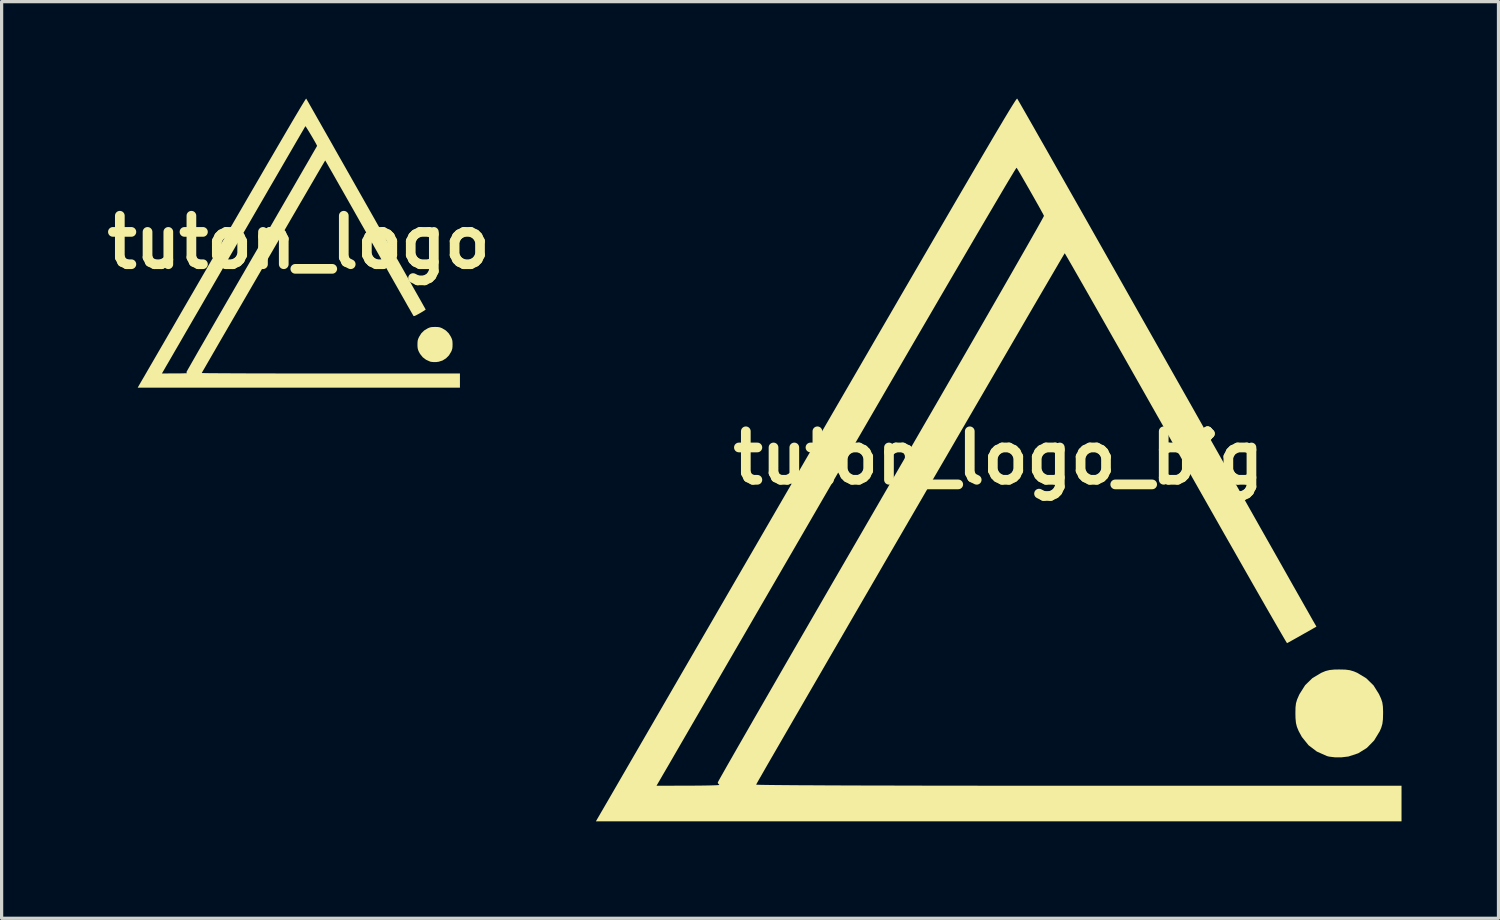
<source format=kicad_pcb>
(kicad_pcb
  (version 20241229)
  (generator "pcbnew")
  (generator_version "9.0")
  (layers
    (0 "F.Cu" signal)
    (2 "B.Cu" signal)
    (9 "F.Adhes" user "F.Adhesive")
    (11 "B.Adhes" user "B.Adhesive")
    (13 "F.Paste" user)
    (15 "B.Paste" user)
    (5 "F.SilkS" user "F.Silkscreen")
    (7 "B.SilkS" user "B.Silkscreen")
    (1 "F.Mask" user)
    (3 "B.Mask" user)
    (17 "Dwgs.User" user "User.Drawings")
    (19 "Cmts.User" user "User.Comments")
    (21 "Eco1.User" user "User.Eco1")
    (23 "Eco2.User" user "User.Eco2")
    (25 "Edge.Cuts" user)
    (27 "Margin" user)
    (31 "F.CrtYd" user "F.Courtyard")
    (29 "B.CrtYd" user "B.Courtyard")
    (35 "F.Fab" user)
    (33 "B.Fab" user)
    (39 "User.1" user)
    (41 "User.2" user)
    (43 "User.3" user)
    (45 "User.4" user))
  (footprint "tuton_logo"
    (layer "F.Cu")
    (at 6.193 4.446)
    (property "Reference" "tuton_logo" (at 0 0 0) (layer "F.SilkS") (effects (font (size 1.5 1.5) (thickness 0.3))))
    (attr board_only exclude_from_pos_files exclude_from_bom)
    (fp_poly (pts (xy 4.29 2.62) (xy 4.346 2.627) (xy 4.395 2.642) (xy 4.437 2.66) (xy 4.55 2.728) (xy 4.639 2.816) (xy 4.706 2.923) (xy 4.732 2.979) (xy 4.748 3.026) (xy 4.755 3.076) (xy 4.758 3.142) (xy 4.758 3.161) (xy 4.756 3.236) (xy 4.749 3.292) (xy 4.734 3.341) (xy 4.716 3.383) (xy 4.647 3.498) (xy 4.557 3.589) (xy 4.45 3.656) (xy 4.329 3.695) (xy 4.242 3.706) (xy 4.16 3.705) (xy 4.089 3.697) (xy 4.062 3.69) (xy 3.938 3.634) (xy 3.835 3.556) (xy 3.753 3.454) (xy 3.713 3.382) (xy 3.692 3.33) (xy 3.679 3.28) (xy 3.673 3.221) (xy 3.672 3.161) (xy 3.674 3.09) (xy 3.68 3.037) (xy 3.693 2.991) (xy 3.717 2.937) (xy 3.724 2.923) (xy 3.793 2.813) (xy 3.883 2.726) (xy 3.993 2.66) (xy 4.046 2.638) (xy 4.095 2.625) (xy 4.154 2.62) (xy 4.215 2.619)) (stroke (width 0) (type solid)) (fill yes) (layer "F.SilkS"))
    (fp_poly (pts (xy 0.238 -4.431) (xy 0.262 -4.391) (xy 0.299 -4.326) (xy 0.349 -4.238) (xy 0.412 -4.128) (xy 0.486 -3.998) (xy 0.57 -3.849) (xy 0.665 -3.683) (xy 0.768 -3.501) (xy 0.88 -3.304) (xy 0.999 -3.095) (xy 1.124 -2.873) (xy 1.255 -2.642) (xy 1.392 -2.401) (xy 1.532 -2.154) (xy 1.676 -1.9) (xy 1.822 -1.642) (xy 1.97 -1.381) (xy 2.119 -1.118) (xy 2.268 -0.855) (xy 2.416 -0.593) (xy 2.562 -0.334) (xy 2.707 -0.079) (xy 2.848 0.17) (xy 2.985 0.413) (xy 3.118 0.647) (xy 3.245 0.871) (xy 3.365 1.084) (xy 3.478 1.285) (xy 3.583 1.471) (xy 3.68 1.642) (xy 3.767 1.795) (xy 3.843 1.931) (xy 3.908 2.046) (xy 3.926 2.079) (xy 3.916 2.09) (xy 3.882 2.113) (xy 3.831 2.145) (xy 3.766 2.183) (xy 3.748 2.194) (xy 3.671 2.236) (xy 3.618 2.264) (xy 3.582 2.279) (xy 3.56 2.282) (xy 3.548 2.277) (xy 3.547 2.275) (xy 3.538 2.259) (xy 3.514 2.217) (xy 3.476 2.151) (xy 3.425 2.061) (xy 3.361 1.95) (xy 3.287 1.818) (xy 3.201 1.667) (xy 3.106 1.499) (xy 3.001 1.314) (xy 2.888 1.115) (xy 2.768 0.903) (xy 2.641 0.678) (xy 2.508 0.443) (xy 2.37 0.199) (xy 2.228 -0.053) (xy 2.178 -0.14) (xy 2.035 -0.394) (xy 1.895 -0.64) (xy 1.761 -0.877) (xy 1.632 -1.105) (xy 1.51 -1.32) (xy 1.395 -1.523) (xy 1.288 -1.711) (xy 1.19 -1.883) (xy 1.102 -2.038) (xy 1.024 -2.175) (xy 0.957 -2.291) (xy 0.903 -2.386) (xy 0.861 -2.459) (xy 0.833 -2.507) (xy 0.819 -2.53) (xy 0.818 -2.532) (xy 0.81 -2.519) (xy 0.786 -2.479) (xy 0.749 -2.416) (xy 0.698 -2.33) (xy 0.635 -2.222) (xy 0.56 -2.094) (xy 0.475 -1.947) (xy 0.379 -1.783) (xy 0.275 -1.604) (xy 0.162 -1.41) (xy 0.041 -1.203) (xy -0.086 -0.984) (xy -0.219 -0.756) (xy -0.356 -0.519) (xy -0.498 -0.275) (xy -0.644 -0.025) (xy -0.792 0.23) (xy -0.941 0.487) (xy -1.091 0.746) (xy -1.242 1.005) (xy -1.391 1.262) (xy -1.539 1.517) (xy -1.684 1.767) (xy -1.826 2.012) (xy -1.964 2.25) (xy -2.097 2.479) (xy -2.224 2.698) (xy -2.345 2.906) (xy -2.458 3.101) (xy -2.562 3.282) (xy -2.658 3.447) (xy -2.743 3.595) (xy -2.818 3.724) (xy -2.881 3.834) (xy -2.932 3.922) (xy -2.97 3.987) (xy -2.993 4.028) (xy -3.001 4.044) (xy -2.986 4.045) (xy -2.941 4.046) (xy -2.866 4.048) (xy -2.763 4.049) (xy -2.632 4.05) (xy -2.474 4.051) (xy -2.292 4.052) (xy -2.085 4.053) (xy -1.854 4.054) (xy -1.601 4.055) (xy -1.327 4.055) (xy -1.032 4.056) (xy -0.718 4.057) (xy -0.385 4.057) (xy -0.035 4.057) (xy 0.331 4.058) (xy 0.713 4.058) (xy 0.99 4.058) (xy 4.986 4.058) (xy 4.986 4.278) (xy 4.986 4.498) (xy 0.001 4.498) (xy -4.984 4.498) (xy -4.84 4.248) (xy -4.82 4.215) (xy -4.785 4.155) (xy -4.736 4.07) (xy -4.729 4.058) (xy -4.234 4.058) (xy -3.835 4.056) (xy -3.728 4.056) (xy -3.634 4.055) (xy -3.555 4.053) (xy -3.497 4.051) (xy -3.463 4.049) (xy -3.456 4.047) (xy -3.474 4.027) (xy -3.476 4.017) (xy -3.468 4.002) (xy -3.445 3.96) (xy -3.408 3.894) (xy -3.356 3.804) (xy -3.292 3.691) (xy -3.215 3.557) (xy -3.127 3.402) (xy -3.027 3.229) (xy -2.916 3.037) (xy -2.796 2.828) (xy -2.667 2.604) (xy -2.529 2.365) (xy -2.383 2.113) (xy -2.23 1.848) (xy -2.07 1.573) (xy -1.905 1.287) (xy -1.734 0.992) (xy -1.559 0.69) (xy -1.455 0.51) (xy -1.277 0.204) (xy -1.104 -0.095) (xy -0.935 -0.385) (xy -0.772 -0.667) (xy -0.616 -0.937) (xy -0.466 -1.196) (xy -0.323 -1.443) (xy -0.188 -1.675) (xy -0.063 -1.892) (xy 0.053 -2.093) (xy 0.159 -2.276) (xy 0.255 -2.441) (xy 0.339 -2.586) (xy 0.41 -2.711) (xy 0.469 -2.813) (xy 0.515 -2.892) (xy 0.547 -2.947) (xy 0.563 -2.977) (xy 0.566 -2.982) (xy 0.559 -3.001) (xy 0.538 -3.041) (xy 0.507 -3.098) (xy 0.468 -3.166) (xy 0.424 -3.242) (xy 0.378 -3.32) (xy 0.332 -3.396) (xy 0.289 -3.466) (xy 0.253 -3.524) (xy 0.225 -3.567) (xy 0.208 -3.589) (xy 0.205 -3.591) (xy 0.196 -3.577) (xy 0.172 -3.536) (xy 0.134 -3.47) (xy 0.082 -3.381) (xy 0.016 -3.268) (xy -0.062 -3.134) (xy -0.152 -2.979) (xy -0.253 -2.805) (xy -0.365 -2.612) (xy -0.487 -2.402) (xy -0.618 -2.176) (xy -0.758 -1.935) (xy -0.907 -1.68) (xy -1.062 -1.411) (xy -1.225 -1.131) (xy -1.393 -0.841) (xy -1.567 -0.54) (xy -1.747 -0.231) (xy -1.93 0.085) (xy -1.99 0.189) (xy -2.175 0.508) (xy -2.356 0.82) (xy -2.532 1.124) (xy -2.703 1.419) (xy -2.869 1.704) (xy -3.027 1.978) (xy -3.179 2.239) (xy -3.323 2.487) (xy -3.458 2.72) (xy -3.584 2.938) (xy -3.7 3.139) (xy -3.806 3.321) (xy -3.901 3.485) (xy -3.984 3.629) (xy -4.055 3.751) (xy -4.113 3.85) (xy -4.157 3.927) (xy -4.187 3.978) (xy -4.202 4.004) (xy -4.204 4.007) (xy -4.234 4.058) (xy -4.729 4.058) (xy -4.673 3.961) (xy -4.597 3.83) (xy -4.508 3.677) (xy -4.408 3.504) (xy -4.296 3.311) (xy -4.173 3.1) (xy -4.041 2.871) (xy -3.899 2.627) (xy -3.749 2.367) (xy -3.591 2.094) (xy -3.425 1.808) (xy -3.252 1.511) (xy -3.074 1.203) (xy -2.89 0.886) (xy -2.701 0.56) (xy -2.508 0.227) (xy -2.312 -0.111) (xy -2.241 -0.233) (xy -1.993 -0.661) (xy -1.76 -1.062) (xy -1.543 -1.437) (xy -1.339 -1.787) (xy -1.15 -2.112) (xy -0.976 -2.413) (xy -0.814 -2.69) (xy -0.666 -2.944) (xy -0.53 -3.176) (xy -0.407 -3.387) (xy -0.296 -3.576) (xy -0.197 -3.745) (xy -0.109 -3.894) (xy -0.032 -4.023) (xy 0.034 -4.135) (xy 0.09 -4.228) (xy 0.136 -4.303) (xy 0.172 -4.362) (xy 0.199 -4.405) (xy 0.218 -4.433) (xy 0.228 -4.445) (xy 0.23 -4.446)) (stroke (width 0) (type solid)) (fill yes) (layer "F.SilkS")))
  (footprint "tuton_logo_big"
    (layer "F.Cu")
    (at 27.845 11.115)
    (property "Reference" "tuton_logo_big" (at 0 0 0) (layer "F.SilkS") (effects (font (size 1.5 1.5) (thickness 0.3))))
    (attr board_only exclude_from_pos_files exclude_from_bom)
    (fp_poly (pts (xy 10.724 6.551) (xy 10.864 6.569) (xy 10.987 6.605) (xy 11.093 6.65) (xy 11.374 6.82) (xy 11.598 7.039) (xy 11.766 7.307) (xy 11.831 7.449) (xy 11.87 7.566) (xy 11.888 7.691) (xy 11.894 7.855) (xy 11.894 7.902) (xy 11.889 8.089) (xy 11.872 8.229) (xy 11.836 8.352) (xy 11.79 8.458) (xy 11.616 8.744) (xy 11.392 8.973) (xy 11.126 9.139) (xy 10.823 9.239) (xy 10.605 9.265) (xy 10.4 9.264) (xy 10.221 9.242) (xy 10.156 9.225) (xy 9.844 9.086) (xy 9.587 8.89) (xy 9.382 8.636) (xy 9.283 8.455) (xy 9.229 8.325) (xy 9.198 8.201) (xy 9.184 8.053) (xy 9.181 7.902) (xy 9.184 7.724) (xy 9.199 7.593) (xy 9.233 7.477) (xy 9.291 7.344) (xy 9.309 7.307) (xy 9.483 7.032) (xy 9.707 6.814) (xy 9.982 6.65) (xy 10.114 6.595) (xy 10.238 6.564) (xy 10.385 6.549) (xy 10.537 6.547)) (stroke (width 0) (type solid)) (fill yes) (layer "F.SilkS"))
    (fp_poly (pts (xy 0.574 -11.114) (xy 0.597 -11.076) (xy 0.657 -10.973) (xy 0.752 -10.807) (xy 0.881 -10.582) (xy 1.042 -10.3) (xy 1.232 -9.965) (xy 1.452 -9.58) (xy 1.697 -9.147) (xy 1.968 -8.67) (xy 2.262 -8.152) (xy 2.578 -7.596) (xy 2.913 -7.004) (xy 3.266 -6.381) (xy 3.636 -5.728) (xy 4.02 -5.049) (xy 4.417 -4.347) (xy 4.826 -3.625) (xy 5.13 -3.087) (xy 5.547 -2.35) (xy 5.954 -1.631) (xy 6.349 -0.931) (xy 6.732 -0.255) (xy 7.1 0.395) (xy 7.451 1.016) (xy 7.784 1.605) (xy 8.096 2.158) (xy 8.387 2.672) (xy 8.655 3.145) (xy 8.897 3.573) (xy 9.112 3.954) (xy 9.299 4.283) (xy 9.455 4.559) (xy 9.579 4.777) (xy 9.668 4.935) (xy 9.722 5.031) (xy 9.738 5.058) (xy 9.832 5.221) (xy 9.391 5.471) (xy 9.223 5.566) (xy 9.08 5.646) (xy 8.977 5.703) (xy 8.925 5.731) (xy 8.923 5.732) (xy 8.901 5.7) (xy 8.843 5.602) (xy 8.75 5.443) (xy 8.624 5.226) (xy 8.467 4.954) (xy 8.281 4.631) (xy 8.069 4.26) (xy 7.831 3.844) (xy 7.571 3.388) (xy 7.29 2.894) (xy 6.989 2.367) (xy 6.672 1.808) (xy 6.34 1.223) (xy 5.994 0.613) (xy 5.638 -0.016) (xy 5.481 -0.293) (xy 5.12 -0.931) (xy 4.769 -1.549) (xy 4.431 -2.146) (xy 4.107 -2.717) (xy 3.8 -3.259) (xy 3.51 -3.768) (xy 3.241 -4.242) (xy 2.994 -4.676) (xy 2.771 -5.068) (xy 2.574 -5.413) (xy 2.405 -5.708) (xy 2.266 -5.951) (xy 2.159 -6.136) (xy 2.086 -6.262) (xy 2.049 -6.324) (xy 2.045 -6.33) (xy 2.024 -6.297) (xy 1.966 -6.199) (xy 1.872 -6.04) (xy 1.746 -5.824) (xy 1.588 -5.554) (xy 1.401 -5.234) (xy 1.187 -4.868) (xy 0.948 -4.458) (xy 0.687 -4.009) (xy 0.405 -3.524) (xy 0.104 -3.007) (xy -0.214 -2.461) (xy -0.546 -1.89) (xy -0.891 -1.297) (xy -1.246 -0.687) (xy -1.609 -0.061) (xy -1.979 0.574) (xy -2.352 1.218) (xy -2.728 1.865) (xy -3.104 2.512) (xy -3.478 3.155) (xy -3.847 3.792) (xy -4.211 4.418) (xy -4.566 5.03) (xy -4.91 5.624) (xy -5.243 6.197) (xy -5.56 6.745) (xy -5.862 7.265) (xy -6.144 7.752) (xy -6.406 8.204) (xy -6.645 8.617) (xy -6.859 8.987) (xy -7.046 9.31) (xy -7.204 9.584) (xy -7.33 9.805) (xy -7.424 9.968) (xy -7.482 10.071) (xy -7.503 10.109) (xy -7.466 10.112) (xy -7.352 10.116) (xy -7.165 10.119) (xy -6.906 10.122) (xy -6.579 10.125) (xy -6.186 10.128) (xy -5.729 10.13) (xy -5.212 10.133) (xy -4.635 10.135) (xy -4.003 10.137) (xy -3.317 10.138) (xy -2.58 10.14) (xy -1.794 10.141) (xy -0.963 10.142) (xy -0.088 10.143) (xy 0.828 10.144) (xy 1.783 10.144) (xy 2.474 10.144) (xy 12.464 10.144) (xy 12.464 10.695) (xy 12.464 11.245) (xy 0.002 11.245) (xy -12.46 11.245) (xy -12.098 10.622) (xy -11.821 10.144) (xy -10.585 10.144) (xy -9.588 10.141) (xy -9.32 10.14) (xy -9.084 10.137) (xy -8.888 10.133) (xy -8.743 10.128) (xy -8.658 10.123) (xy -8.64 10.118) (xy -8.685 10.066) (xy -8.689 10.043) (xy -8.67 10.004) (xy -8.613 9.901) (xy -8.519 9.735) (xy -8.391 9.509) (xy -8.23 9.228) (xy -8.038 8.892) (xy -7.816 8.506) (xy -7.567 8.072) (xy -7.291 7.593) (xy -6.99 7.071) (xy -6.667 6.51) (xy -6.322 5.913) (xy -5.957 5.282) (xy -5.575 4.621) (xy -5.176 3.931) (xy -4.762 3.217) (xy -4.335 2.481) (xy -3.897 1.725) (xy -3.635 1.272) (xy -3.191 0.507) (xy -2.758 -0.241) (xy -2.337 -0.969) (xy -1.929 -1.673) (xy -1.538 -2.35) (xy -1.163 -2.999) (xy -0.807 -3.616) (xy -0.472 -4.198) (xy -0.159 -4.742) (xy 0.131 -5.246) (xy 0.395 -5.706) (xy 0.632 -6.121) (xy 0.841 -6.486) (xy 1.019 -6.799) (xy 1.166 -7.057) (xy 1.278 -7.257) (xy 1.356 -7.397) (xy 1.396 -7.474) (xy 1.402 -7.488) (xy 1.376 -7.54) (xy 1.319 -7.645) (xy 1.237 -7.793) (xy 1.137 -7.97) (xy 1.028 -8.163) (xy 0.915 -8.361) (xy 0.806 -8.55) (xy 0.709 -8.719) (xy 0.629 -8.855) (xy 0.575 -8.945) (xy 0.554 -8.976) (xy 0.532 -8.945) (xy 0.472 -8.849) (xy 0.376 -8.69) (xy 0.245 -8.472) (xy 0.082 -8.196) (xy -0.113 -7.865) (xy -0.338 -7.483) (xy -0.592 -7.052) (xy -0.871 -6.575) (xy -1.176 -6.054) (xy -1.505 -5.492) (xy -1.855 -4.892) (xy -2.225 -4.257) (xy -2.615 -3.589) (xy -3.021 -2.891) (xy -3.443 -2.166) (xy -3.878 -1.416) (xy -4.326 -0.645) (xy -4.785 0.146) (xy -4.956 0.441) (xy -5.419 1.239) (xy -5.872 2.021) (xy -6.314 2.783) (xy -6.743 3.522) (xy -7.157 4.236) (xy -7.555 4.922) (xy -7.934 5.576) (xy -8.295 6.197) (xy -8.634 6.782) (xy -8.95 7.327) (xy -9.242 7.831) (xy -9.508 8.289) (xy -9.746 8.7) (xy -9.955 9.06) (xy -10.133 9.368) (xy -10.279 9.619) (xy -10.391 9.811) (xy -10.467 9.942) (xy -10.505 10.009) (xy -10.51 10.016) (xy -10.585 10.144) (xy -11.821 10.144) (xy -11.246 9.151) (xy -10.432 7.747) (xy -9.656 6.408) (xy -8.916 5.133) (xy -8.213 3.919) (xy -7.544 2.767) (xy -6.91 1.673) (xy -6.309 0.637) (xy -5.74 -0.343) (xy -5.203 -1.269) (xy -4.697 -2.141) (xy -4.22 -2.962) (xy -3.773 -3.733) (xy -3.353 -4.455) (xy -2.961 -5.131) (xy -2.595 -5.76) (xy -2.254 -6.346) (xy -1.938 -6.889) (xy -1.645 -7.391) (xy -1.376 -7.853) (xy -1.128 -8.277) (xy -0.901 -8.665) (xy -0.695 -9.017) (xy -0.508 -9.336) (xy -0.339 -9.623) (xy -0.188 -9.88) (xy -0.054 -10.107) (xy 0.065 -10.306) (xy 0.168 -10.48) (xy 0.258 -10.629) (xy 0.334 -10.755) (xy 0.398 -10.859) (xy 0.451 -10.943) (xy 0.493 -11.009) (xy 0.525 -11.057) (xy 0.549 -11.09) (xy 0.564 -11.108) (xy 0.573 -11.115)) (stroke (width 0) (type solid)) (fill yes) (layer "F.SilkS")))
  (gr_rect
    (start -3 -3)
    (end 43.309 25.36)
    (stroke (width 0.1) (type default))
    (fill no)
    (layer "Edge.Cuts")))
</source>
